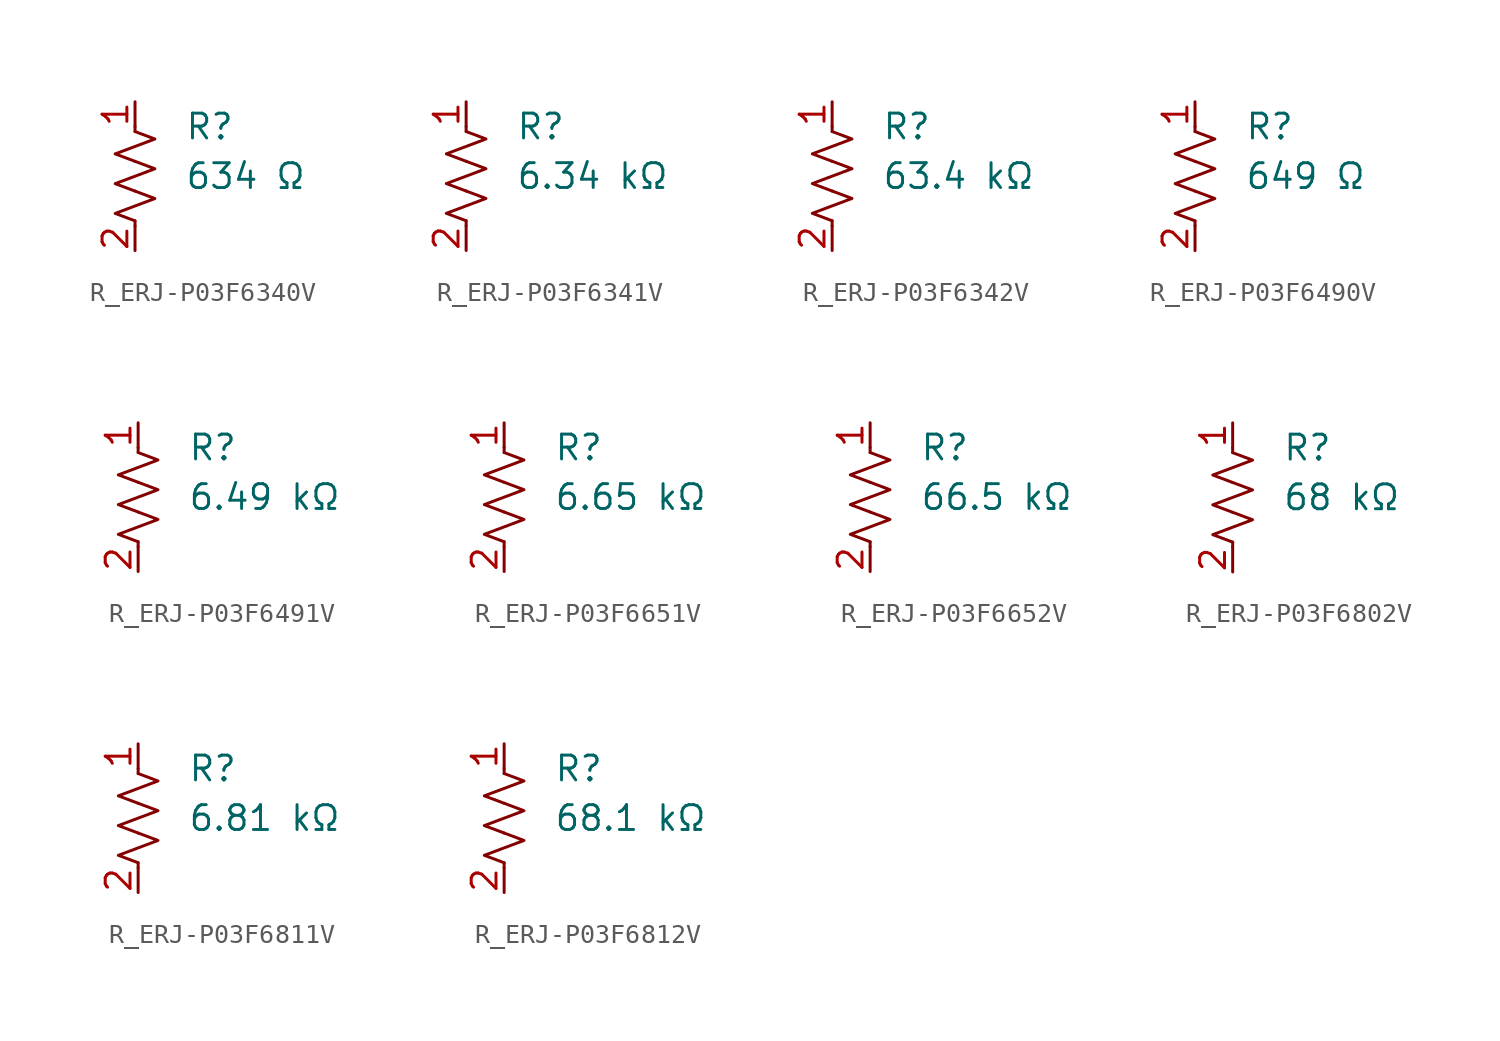
<source format=kicad_sym>
(kicad_symbol_lib
  (version 20231120)
  (generator "kicad_symbol_editor")
  (generator_version "8.0")
  (symbol "R_ERJ-P03F6340V"
    (pin_names
      (offset 0.254))
    (property "Value" "634 Ω"
      (at 2.54 0 0)
      (effects (font (size 1.27 1.27)) (justify left)))
    (property "Reference" "R"
      (at 2.54 2.54 0)
      (effects (font (size 1.27 1.27)) (justify left)))
    (symbol "R_ERJ-P03F6340V_0_1"
      (polyline (pts (xy 0 -2.286) (xy 0 -2.54)) (stroke (width 0) (type default)) (fill (type none)))
      (polyline (pts (xy 0 2.286) (xy 0 2.54)) (stroke (width 0) (type default)) (fill (type none)))
      (polyline (pts (xy 0 -0.762) (xy 1.016 -1.143) (xy 0 -1.524) (xy -1.016 -1.905) (xy 0 -2.286)) (stroke (width 0) (type default)) (fill (type none)))
      (polyline (pts (xy 0 0.762) (xy 1.016 0.381) (xy 0 0) (xy -1.016 -0.381) (xy 0 -0.762)) (stroke (width 0) (type default)) (fill (type none)))
      (polyline (pts (xy 0 2.286) (xy 1.016 1.905) (xy 0 1.524) (xy -1.016 1.143) (xy 0 0.762)) (stroke (width 0) (type default)) (fill (type none))))
    (symbol "R_ERJ-P03F6340V_1_1"
      (pin passive line (at 0 3.81 270) (length 1.27) (name "~" (effects (font (size 1.27 1.27)))) (number "1" (effects (font (size 1.27 1.27)))))
      (pin passive line (at 0 -3.81 90) (length 1.27) (name "~" (effects (font (size 1.27 1.27)))) (number "2" (effects (font (size 1.27 1.27)))))))
  (symbol "R_ERJ-P03F6341V"
    (pin_names
      (offset 0.254))
    (property "Value" "6.34 kΩ"
      (at 2.54 0 0)
      (effects (font (size 1.27 1.27)) (justify left)))
    (property "Reference" "R"
      (at 2.54 2.54 0)
      (effects (font (size 1.27 1.27)) (justify left)))
    (symbol "R_ERJ-P03F6341V_0_1"
      (polyline (pts (xy 0 -2.286) (xy 0 -2.54)) (stroke (width 0) (type default)) (fill (type none)))
      (polyline (pts (xy 0 2.286) (xy 0 2.54)) (stroke (width 0) (type default)) (fill (type none)))
      (polyline (pts (xy 0 -0.762) (xy 1.016 -1.143) (xy 0 -1.524) (xy -1.016 -1.905) (xy 0 -2.286)) (stroke (width 0) (type default)) (fill (type none)))
      (polyline (pts (xy 0 0.762) (xy 1.016 0.381) (xy 0 0) (xy -1.016 -0.381) (xy 0 -0.762)) (stroke (width 0) (type default)) (fill (type none)))
      (polyline (pts (xy 0 2.286) (xy 1.016 1.905) (xy 0 1.524) (xy -1.016 1.143) (xy 0 0.762)) (stroke (width 0) (type default)) (fill (type none))))
    (symbol "R_ERJ-P03F6341V_1_1"
      (pin passive line (at 0 3.81 270) (length 1.27) (name "~" (effects (font (size 1.27 1.27)))) (number "1" (effects (font (size 1.27 1.27)))))
      (pin passive line (at 0 -3.81 90) (length 1.27) (name "~" (effects (font (size 1.27 1.27)))) (number "2" (effects (font (size 1.27 1.27)))))))
  (symbol "R_ERJ-P03F6342V"
    (pin_names
      (offset 0.254))
    (property "Value" "63.4 kΩ"
      (at 2.54 0 0)
      (effects (font (size 1.27 1.27)) (justify left)))
    (property "Reference" "R"
      (at 2.54 2.54 0)
      (effects (font (size 1.27 1.27)) (justify left)))
    (symbol "R_ERJ-P03F6342V_0_1"
      (polyline (pts (xy 0 -2.286) (xy 0 -2.54)) (stroke (width 0) (type default)) (fill (type none)))
      (polyline (pts (xy 0 2.286) (xy 0 2.54)) (stroke (width 0) (type default)) (fill (type none)))
      (polyline (pts (xy 0 -0.762) (xy 1.016 -1.143) (xy 0 -1.524) (xy -1.016 -1.905) (xy 0 -2.286)) (stroke (width 0) (type default)) (fill (type none)))
      (polyline (pts (xy 0 0.762) (xy 1.016 0.381) (xy 0 0) (xy -1.016 -0.381) (xy 0 -0.762)) (stroke (width 0) (type default)) (fill (type none)))
      (polyline (pts (xy 0 2.286) (xy 1.016 1.905) (xy 0 1.524) (xy -1.016 1.143) (xy 0 0.762)) (stroke (width 0) (type default)) (fill (type none))))
    (symbol "R_ERJ-P03F6342V_1_1"
      (pin passive line (at 0 3.81 270) (length 1.27) (name "~" (effects (font (size 1.27 1.27)))) (number "1" (effects (font (size 1.27 1.27)))))
      (pin passive line (at 0 -3.81 90) (length 1.27) (name "~" (effects (font (size 1.27 1.27)))) (number "2" (effects (font (size 1.27 1.27)))))))
  (symbol "R_ERJ-P03F6490V"
    (pin_names
      (offset 0.254))
    (property "Value" "649 Ω"
      (at 2.54 0 0)
      (effects (font (size 1.27 1.27)) (justify left)))
    (property "Reference" "R"
      (at 2.54 2.54 0)
      (effects (font (size 1.27 1.27)) (justify left)))
    (symbol "R_ERJ-P03F6490V_0_1"
      (polyline (pts (xy 0 -2.286) (xy 0 -2.54)) (stroke (width 0) (type default)) (fill (type none)))
      (polyline (pts (xy 0 2.286) (xy 0 2.54)) (stroke (width 0) (type default)) (fill (type none)))
      (polyline (pts (xy 0 -0.762) (xy 1.016 -1.143) (xy 0 -1.524) (xy -1.016 -1.905) (xy 0 -2.286)) (stroke (width 0) (type default)) (fill (type none)))
      (polyline (pts (xy 0 0.762) (xy 1.016 0.381) (xy 0 0) (xy -1.016 -0.381) (xy 0 -0.762)) (stroke (width 0) (type default)) (fill (type none)))
      (polyline (pts (xy 0 2.286) (xy 1.016 1.905) (xy 0 1.524) (xy -1.016 1.143) (xy 0 0.762)) (stroke (width 0) (type default)) (fill (type none))))
    (symbol "R_ERJ-P03F6490V_1_1"
      (pin passive line (at 0 3.81 270) (length 1.27) (name "~" (effects (font (size 1.27 1.27)))) (number "1" (effects (font (size 1.27 1.27)))))
      (pin passive line (at 0 -3.81 90) (length 1.27) (name "~" (effects (font (size 1.27 1.27)))) (number "2" (effects (font (size 1.27 1.27)))))))
  (symbol "R_ERJ-P03F6491V"
    (pin_names
      (offset 0.254))
    (property "Value" "6.49 kΩ"
      (at 2.54 0 0)
      (effects (font (size 1.27 1.27)) (justify left)))
    (property "Reference" "R"
      (at 2.54 2.54 0)
      (effects (font (size 1.27 1.27)) (justify left)))
    (symbol "R_ERJ-P03F6491V_0_1"
      (polyline (pts (xy 0 -2.286) (xy 0 -2.54)) (stroke (width 0) (type default)) (fill (type none)))
      (polyline (pts (xy 0 2.286) (xy 0 2.54)) (stroke (width 0) (type default)) (fill (type none)))
      (polyline (pts (xy 0 -0.762) (xy 1.016 -1.143) (xy 0 -1.524) (xy -1.016 -1.905) (xy 0 -2.286)) (stroke (width 0) (type default)) (fill (type none)))
      (polyline (pts (xy 0 0.762) (xy 1.016 0.381) (xy 0 0) (xy -1.016 -0.381) (xy 0 -0.762)) (stroke (width 0) (type default)) (fill (type none)))
      (polyline (pts (xy 0 2.286) (xy 1.016 1.905) (xy 0 1.524) (xy -1.016 1.143) (xy 0 0.762)) (stroke (width 0) (type default)) (fill (type none))))
    (symbol "R_ERJ-P03F6491V_1_1"
      (pin passive line (at 0 3.81 270) (length 1.27) (name "~" (effects (font (size 1.27 1.27)))) (number "1" (effects (font (size 1.27 1.27)))))
      (pin passive line (at 0 -3.81 90) (length 1.27) (name "~" (effects (font (size 1.27 1.27)))) (number "2" (effects (font (size 1.27 1.27)))))))
  (symbol "R_ERJ-P03F6651V"
    (pin_names
      (offset 0.254))
    (property "Value" "6.65 kΩ"
      (at 2.54 0 0)
      (effects (font (size 1.27 1.27)) (justify left)))
    (property "Reference" "R"
      (at 2.54 2.54 0)
      (effects (font (size 1.27 1.27)) (justify left)))
    (symbol "R_ERJ-P03F6651V_0_1"
      (polyline (pts (xy 0 -2.286) (xy 0 -2.54)) (stroke (width 0) (type default)) (fill (type none)))
      (polyline (pts (xy 0 2.286) (xy 0 2.54)) (stroke (width 0) (type default)) (fill (type none)))
      (polyline (pts (xy 0 -0.762) (xy 1.016 -1.143) (xy 0 -1.524) (xy -1.016 -1.905) (xy 0 -2.286)) (stroke (width 0) (type default)) (fill (type none)))
      (polyline (pts (xy 0 0.762) (xy 1.016 0.381) (xy 0 0) (xy -1.016 -0.381) (xy 0 -0.762)) (stroke (width 0) (type default)) (fill (type none)))
      (polyline (pts (xy 0 2.286) (xy 1.016 1.905) (xy 0 1.524) (xy -1.016 1.143) (xy 0 0.762)) (stroke (width 0) (type default)) (fill (type none))))
    (symbol "R_ERJ-P03F6651V_1_1"
      (pin passive line (at 0 3.81 270) (length 1.27) (name "~" (effects (font (size 1.27 1.27)))) (number "1" (effects (font (size 1.27 1.27)))))
      (pin passive line (at 0 -3.81 90) (length 1.27) (name "~" (effects (font (size 1.27 1.27)))) (number "2" (effects (font (size 1.27 1.27)))))))
  (symbol "R_ERJ-P03F6652V"
    (pin_names
      (offset 0.254))
    (property "Value" "66.5 kΩ"
      (at 2.54 0 0)
      (effects (font (size 1.27 1.27)) (justify left)))
    (property "Reference" "R"
      (at 2.54 2.54 0)
      (effects (font (size 1.27 1.27)) (justify left)))
    (symbol "R_ERJ-P03F6652V_0_1"
      (polyline (pts (xy 0 -2.286) (xy 0 -2.54)) (stroke (width 0) (type default)) (fill (type none)))
      (polyline (pts (xy 0 2.286) (xy 0 2.54)) (stroke (width 0) (type default)) (fill (type none)))
      (polyline (pts (xy 0 -0.762) (xy 1.016 -1.143) (xy 0 -1.524) (xy -1.016 -1.905) (xy 0 -2.286)) (stroke (width 0) (type default)) (fill (type none)))
      (polyline (pts (xy 0 0.762) (xy 1.016 0.381) (xy 0 0) (xy -1.016 -0.381) (xy 0 -0.762)) (stroke (width 0) (type default)) (fill (type none)))
      (polyline (pts (xy 0 2.286) (xy 1.016 1.905) (xy 0 1.524) (xy -1.016 1.143) (xy 0 0.762)) (stroke (width 0) (type default)) (fill (type none))))
    (symbol "R_ERJ-P03F6652V_1_1"
      (pin passive line (at 0 3.81 270) (length 1.27) (name "~" (effects (font (size 1.27 1.27)))) (number "1" (effects (font (size 1.27 1.27)))))
      (pin passive line (at 0 -3.81 90) (length 1.27) (name "~" (effects (font (size 1.27 1.27)))) (number "2" (effects (font (size 1.27 1.27)))))))
  (symbol "R_ERJ-P03F6802V"
    (pin_names
      (offset 0.254))
    (property "Value" "68 kΩ"
      (at 2.54 0 0)
      (effects (font (size 1.27 1.27)) (justify left)))
    (property "Reference" "R"
      (at 2.54 2.54 0)
      (effects (font (size 1.27 1.27)) (justify left)))
    (symbol "R_ERJ-P03F6802V_0_1"
      (polyline (pts (xy 0 -2.286) (xy 0 -2.54)) (stroke (width 0) (type default)) (fill (type none)))
      (polyline (pts (xy 0 2.286) (xy 0 2.54)) (stroke (width 0) (type default)) (fill (type none)))
      (polyline (pts (xy 0 -0.762) (xy 1.016 -1.143) (xy 0 -1.524) (xy -1.016 -1.905) (xy 0 -2.286)) (stroke (width 0) (type default)) (fill (type none)))
      (polyline (pts (xy 0 0.762) (xy 1.016 0.381) (xy 0 0) (xy -1.016 -0.381) (xy 0 -0.762)) (stroke (width 0) (type default)) (fill (type none)))
      (polyline (pts (xy 0 2.286) (xy 1.016 1.905) (xy 0 1.524) (xy -1.016 1.143) (xy 0 0.762)) (stroke (width 0) (type default)) (fill (type none))))
    (symbol "R_ERJ-P03F6802V_1_1"
      (pin passive line (at 0 3.81 270) (length 1.27) (name "~" (effects (font (size 1.27 1.27)))) (number "1" (effects (font (size 1.27 1.27)))))
      (pin passive line (at 0 -3.81 90) (length 1.27) (name "~" (effects (font (size 1.27 1.27)))) (number "2" (effects (font (size 1.27 1.27)))))))
  (symbol "R_ERJ-P03F6811V"
    (pin_names
      (offset 0.254))
    (property "Value" "6.81 kΩ"
      (at 2.54 0 0)
      (effects (font (size 1.27 1.27)) (justify left)))
    (property "Reference" "R"
      (at 2.54 2.54 0)
      (effects (font (size 1.27 1.27)) (justify left)))
    (symbol "R_ERJ-P03F6811V_0_1"
      (polyline (pts (xy 0 -2.286) (xy 0 -2.54)) (stroke (width 0) (type default)) (fill (type none)))
      (polyline (pts (xy 0 2.286) (xy 0 2.54)) (stroke (width 0) (type default)) (fill (type none)))
      (polyline (pts (xy 0 -0.762) (xy 1.016 -1.143) (xy 0 -1.524) (xy -1.016 -1.905) (xy 0 -2.286)) (stroke (width 0) (type default)) (fill (type none)))
      (polyline (pts (xy 0 0.762) (xy 1.016 0.381) (xy 0 0) (xy -1.016 -0.381) (xy 0 -0.762)) (stroke (width 0) (type default)) (fill (type none)))
      (polyline (pts (xy 0 2.286) (xy 1.016 1.905) (xy 0 1.524) (xy -1.016 1.143) (xy 0 0.762)) (stroke (width 0) (type default)) (fill (type none))))
    (symbol "R_ERJ-P03F6811V_1_1"
      (pin passive line (at 0 3.81 270) (length 1.27) (name "~" (effects (font (size 1.27 1.27)))) (number "1" (effects (font (size 1.27 1.27)))))
      (pin passive line (at 0 -3.81 90) (length 1.27) (name "~" (effects (font (size 1.27 1.27)))) (number "2" (effects (font (size 1.27 1.27)))))))
  (symbol "R_ERJ-P03F6812V"
    (pin_names
      (offset 0.254))
    (property "Value" "68.1 kΩ"
      (at 2.54 0 0)
      (effects (font (size 1.27 1.27)) (justify left)))
    (property "Reference" "R"
      (at 2.54 2.54 0)
      (effects (font (size 1.27 1.27)) (justify left)))
    (symbol "R_ERJ-P03F6812V_0_1"
      (polyline (pts (xy 0 -2.286) (xy 0 -2.54)) (stroke (width 0) (type default)) (fill (type none)))
      (polyline (pts (xy 0 2.286) (xy 0 2.54)) (stroke (width 0) (type default)) (fill (type none)))
      (polyline (pts (xy 0 -0.762) (xy 1.016 -1.143) (xy 0 -1.524) (xy -1.016 -1.905) (xy 0 -2.286)) (stroke (width 0) (type default)) (fill (type none)))
      (polyline (pts (xy 0 0.762) (xy 1.016 0.381) (xy 0 0) (xy -1.016 -0.381) (xy 0 -0.762)) (stroke (width 0) (type default)) (fill (type none)))
      (polyline (pts (xy 0 2.286) (xy 1.016 1.905) (xy 0 1.524) (xy -1.016 1.143) (xy 0 0.762)) (stroke (width 0) (type default)) (fill (type none))))
    (symbol "R_ERJ-P03F6812V_1_1"
      (pin passive line (at 0 3.81 270) (length 1.27) (name "~" (effects (font (size 1.27 1.27)))) (number "1" (effects (font (size 1.27 1.27)))))
      (pin passive line (at 0 -3.81 90) (length 1.27) (name "~" (effects (font (size 1.27 1.27)))) (number "2" (effects (font (size 1.27 1.27))))))))
</source>
